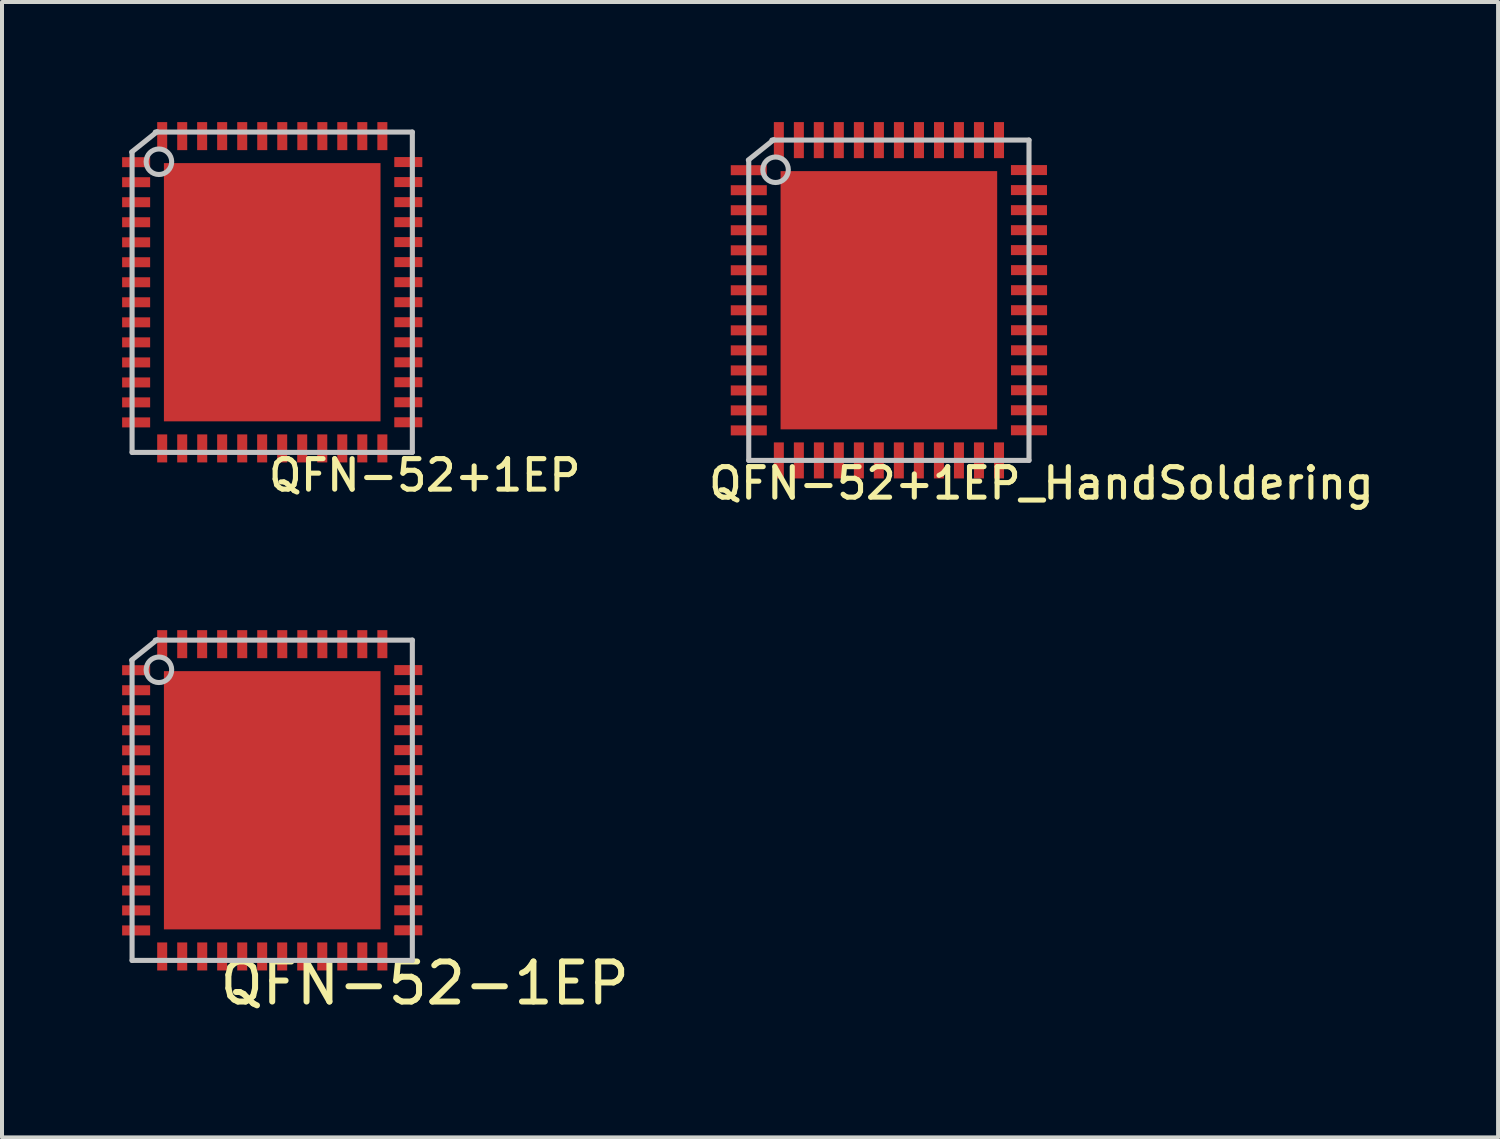
<source format=kicad_pcb>
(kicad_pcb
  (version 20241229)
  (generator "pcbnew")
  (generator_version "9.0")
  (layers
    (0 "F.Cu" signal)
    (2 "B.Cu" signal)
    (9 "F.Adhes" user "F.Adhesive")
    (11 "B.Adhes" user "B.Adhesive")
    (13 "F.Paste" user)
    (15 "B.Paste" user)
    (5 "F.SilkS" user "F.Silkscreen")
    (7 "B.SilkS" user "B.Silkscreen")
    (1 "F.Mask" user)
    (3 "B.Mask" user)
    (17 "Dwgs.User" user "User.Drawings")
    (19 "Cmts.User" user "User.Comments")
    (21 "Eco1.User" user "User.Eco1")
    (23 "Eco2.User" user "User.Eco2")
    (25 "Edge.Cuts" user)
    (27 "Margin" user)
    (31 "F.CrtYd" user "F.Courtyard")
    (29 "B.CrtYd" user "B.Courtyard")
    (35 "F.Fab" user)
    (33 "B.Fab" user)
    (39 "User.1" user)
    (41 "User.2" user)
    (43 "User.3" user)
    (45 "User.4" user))
  (footprint "QFN-52+1EP_HandSoldering"
    (layer "F.Cu")
    (at 19.151 4.449)
    (property "Reference" "QFN-52+1EP_HandSoldering" (at 3.81 4.572 0) (layer "F.SilkS") (effects (font (size 0.762 0.762) (thickness 0.127))))
    (attr smd)
    (fp_line (start -3.5 4) (end -3.5 -3.5) (stroke (width 0.127) (type solid)) (layer "Dwgs.User"))
    (fp_line (start -2.921 -4) (end 3.5 -4) (stroke (width 0.127) (type solid)) (layer "Dwgs.User"))
    (fp_line (start -2.875 -4.01) (end -3.51 -3.502) (stroke (width 0.127) (type solid)) (layer "Dwgs.User"))
    (fp_line (start 3.5 -4) (end 3.5 4) (stroke (width 0.127) (type solid)) (layer "Dwgs.User"))
    (fp_line (start 3.5 4) (end -3.5 4) (stroke (width 0.127) (type solid)) (layer "Dwgs.User"))
    (fp_circle (center -2.83 -3.259) (end -2.932 -3.561) (stroke (width 0.127) (type solid)) (fill no) (layer "Dwgs.User"))
    (pad "1" smd rect (at -3.499 -3.248) (size 0.9 0.25) (layers "F.Cu" "F.Mask" "F.Paste"))
    (pad "2" smd rect (at -3.499 -2.748) (size 0.9 0.25) (layers "F.Cu" "F.Mask" "F.Paste"))
    (pad "3" smd rect (at -3.499 -2.248) (size 0.9 0.25) (layers "F.Cu" "F.Mask" "F.Paste"))
    (pad "4" smd rect (at -3.499 -1.748) (size 0.9 0.25) (layers "F.Cu" "F.Mask" "F.Paste"))
    (pad "5" smd rect (at -3.499 -1.247) (size 0.9 0.25) (layers "F.Cu" "F.Mask" "F.Paste"))
    (pad "6" smd rect (at -3.499 -0.749) (size 0.9 0.25) (layers "F.Cu" "F.Mask" "F.Paste"))
    (pad "7" smd rect (at -3.499 -0.249) (size 0.9 0.25) (layers "F.Cu" "F.Mask" "F.Paste"))
    (pad "8" smd rect (at -3.499 0.251) (size 0.9 0.25) (layers "F.Cu" "F.Mask" "F.Paste"))
    (pad "9" smd rect (at -3.499 0.752) (size 0.9 0.25) (layers "F.Cu" "F.Mask" "F.Paste"))
    (pad "10" smd rect (at -3.499 1.252) (size 0.9 0.25) (layers "F.Cu" "F.Mask" "F.Paste"))
    (pad "11" smd rect (at -3.499 1.753) (size 0.9 0.25) (layers "F.Cu" "F.Mask" "F.Paste"))
    (pad "12" smd rect (at -3.499 2.253) (size 0.9 0.25) (layers "F.Cu" "F.Mask" "F.Paste"))
    (pad "13" smd rect (at -3.499 2.751) (size 0.9 0.25) (layers "F.Cu" "F.Mask" "F.Paste"))
    (pad "14" smd rect (at -3.499 3.251) (size 0.9 0.25) (layers "F.Cu" "F.Mask" "F.Paste"))
    (pad "15" smd rect (at -2.748 4.001 90) (size 0.9 0.25) (layers "F.Cu" "F.Mask" "F.Paste"))
    (pad "16" smd rect (at -2.248 4.001 90) (size 0.9 0.25) (layers "F.Cu" "F.Mask" "F.Paste"))
    (pad "17" smd rect (at -1.748 4.001 90) (size 0.9 0.25) (layers "F.Cu" "F.Mask" "F.Paste"))
    (pad "18" smd rect (at -1.25 4.001 90) (size 0.9 0.25) (layers "F.Cu" "F.Mask" "F.Paste"))
    (pad "19" smd rect (at -0.749 4.001 90) (size 0.9 0.25) (layers "F.Cu" "F.Mask" "F.Paste"))
    (pad "20" smd rect (at -0.251 4.001 90) (size 0.9 0.25) (layers "F.Cu" "F.Mask" "F.Paste"))
    (pad "21" smd rect (at 0.249 4.001 90) (size 0.9 0.25) (layers "F.Cu" "F.Mask" "F.Paste"))
    (pad "22" smd rect (at 0.749 4.001 90) (size 0.9 0.25) (layers "F.Cu" "F.Mask" "F.Paste"))
    (pad "23" smd rect (at 1.25 4.001 90) (size 0.9 0.25) (layers "F.Cu" "F.Mask" "F.Paste"))
    (pad "24" smd rect (at 1.75 4.001 90) (size 0.9 0.25) (layers "F.Cu" "F.Mask" "F.Paste"))
    (pad "25" smd rect (at 2.25 4.001 90) (size 0.9 0.25) (layers "F.Cu" "F.Mask" "F.Paste"))
    (pad "26" smd rect (at 2.751 4.001 90) (size 0.9 0.25) (layers "F.Cu" "F.Mask" "F.Paste"))
    (pad "27" smd rect (at 3.499 3.248) (size 0.9 0.25) (layers "F.Cu" "F.Mask" "F.Paste"))
    (pad "28" smd rect (at 3.499 2.748) (size 0.9 0.25) (layers "F.Cu" "F.Mask" "F.Paste"))
    (pad "29" smd rect (at 3.501 2.248) (size 0.9 0.25) (layers "F.Cu" "F.Mask" "F.Paste"))
    (pad "30" smd rect (at 3.501 1.75) (size 0.9 0.25) (layers "F.Cu" "F.Mask" "F.Paste"))
    (pad "31" smd rect (at 3.501 1.25) (size 0.9 0.25) (layers "F.Cu" "F.Mask" "F.Paste"))
    (pad "32" smd rect (at 3.501 0.749) (size 0.9 0.25) (layers "F.Cu" "F.Mask" "F.Paste"))
    (pad "33" smd rect (at 3.501 0.249) (size 0.9 0.25) (layers "F.Cu" "F.Mask" "F.Paste"))
    (pad "34" smd rect (at 3.501 -0.251) (size 0.9 0.25) (layers "F.Cu" "F.Mask" "F.Paste"))
    (pad "35" smd rect (at 3.501 -0.752) (size 0.9 0.25) (layers "F.Cu" "F.Mask" "F.Paste"))
    (pad "36" smd rect (at 3.499 -1.252) (size 0.9 0.25) (layers "F.Cu" "F.Mask" "F.Paste"))
    (pad "37" smd rect (at 3.499 -1.75) (size 0.9 0.25) (layers "F.Cu" "F.Mask" "F.Paste"))
    (pad "38" smd rect (at 3.499 -2.25) (size 0.9 0.25) (layers "F.Cu" "F.Mask" "F.Paste"))
    (pad "39" smd rect (at 3.499 -2.751) (size 0.9 0.25) (layers "F.Cu" "F.Mask" "F.Paste"))
    (pad "40" smd rect (at 3.499 -3.251) (size 0.9 0.25) (layers "F.Cu" "F.Mask" "F.Paste"))
    (pad "41" smd rect (at 2.751 -3.999 90) (size 0.9 0.25) (layers "F.Cu" "F.Mask" "F.Paste"))
    (pad "42" smd rect (at 2.25 -3.999 90) (size 0.9 0.25) (layers "F.Cu" "F.Mask" "F.Paste"))
    (pad "43" smd rect (at 1.75 -3.999 90) (size 0.9 0.25) (layers "F.Cu" "F.Mask" "F.Paste"))
    (pad "44" smd rect (at 1.252 -3.999 90) (size 0.9 0.25) (layers "F.Cu" "F.Mask" "F.Paste"))
    (pad "45" smd rect (at 0.752 -3.999 90) (size 0.9 0.25) (layers "F.Cu" "F.Mask" "F.Paste"))
    (pad "46" smd rect (at 0.251 -3.999 90) (size 0.9 0.25) (layers "F.Cu" "F.Mask" "F.Paste"))
    (pad "47" smd rect (at -0.249 -3.999 90) (size 0.9 0.25) (layers "F.Cu" "F.Mask" "F.Paste"))
    (pad "48" smd rect (at -0.749 -3.999 90) (size 0.9 0.25) (layers "F.Cu" "F.Mask" "F.Paste"))
    (pad "49" smd rect (at -1.25 -3.999 90) (size 0.9 0.25) (layers "F.Cu" "F.Mask" "F.Paste"))
    (pad "50" smd rect (at -1.75 -3.999 90) (size 0.9 0.25) (layers "F.Cu" "F.Mask" "F.Paste"))
    (pad "51" smd rect (at -2.248 -3.999 90) (size 0.9 0.25) (layers "F.Cu" "F.Mask" "F.Paste"))
    (pad "52" smd rect (at -2.748 -3.999 90) (size 0.9 0.25) (layers "F.Cu" "F.Mask" "F.Paste"))
    (pad "53" smd trapezoid (at 0 0) (size 5.41 6.45) (layers "F.Cu" "F.Mask" "F.Paste")))
  (footprint "QFN-52+1EP"
    (layer "F.Cu")
    (at 3.749 4.249)
    (property "Reference" "QFN-52+1EP" (at 3.81 4.572 0) (layer "F.SilkS") (effects (font (size 0.762 0.762) (thickness 0.127))))
    (attr smd)
    (fp_line (start -3.5 4) (end -3.5 -3.5) (stroke (width 0.127) (type solid)) (layer "Dwgs.User"))
    (fp_line (start -2.921 -4) (end 3.5 -4) (stroke (width 0.127) (type solid)) (layer "Dwgs.User"))
    (fp_line (start -2.875 -4.01) (end -3.51 -3.502) (stroke (width 0.127) (type solid)) (layer "Dwgs.User"))
    (fp_line (start 3.5 -4) (end 3.5 4) (stroke (width 0.127) (type solid)) (layer "Dwgs.User"))
    (fp_line (start 3.5 4) (end -3.5 4) (stroke (width 0.127) (type solid)) (layer "Dwgs.User"))
    (fp_circle (center -2.83 -3.259) (end -2.932 -3.561) (stroke (width 0.127) (type solid)) (fill no) (layer "Dwgs.User"))
    (pad "1" smd rect (at -3.399 -3.248) (size 0.7 0.25) (layers "F.Cu" "F.Mask" "F.Paste"))
    (pad "2" smd rect (at -3.399 -2.748) (size 0.7 0.25) (layers "F.Cu" "F.Mask" "F.Paste"))
    (pad "3" smd rect (at -3.399 -2.248) (size 0.7 0.25) (layers "F.Cu" "F.Mask" "F.Paste"))
    (pad "4" smd rect (at -3.399 -1.748) (size 0.7 0.25) (layers "F.Cu" "F.Mask" "F.Paste"))
    (pad "5" smd rect (at -3.399 -1.247) (size 0.7 0.25) (layers "F.Cu" "F.Mask" "F.Paste"))
    (pad "6" smd rect (at -3.399 -0.749) (size 0.7 0.25) (layers "F.Cu" "F.Mask" "F.Paste"))
    (pad "7" smd rect (at -3.399 -0.249) (size 0.7 0.25) (layers "F.Cu" "F.Mask" "F.Paste"))
    (pad "8" smd rect (at -3.399 0.251) (size 0.7 0.25) (layers "F.Cu" "F.Mask" "F.Paste"))
    (pad "9" smd rect (at -3.399 0.752) (size 0.7 0.25) (layers "F.Cu" "F.Mask" "F.Paste"))
    (pad "10" smd rect (at -3.399 1.252) (size 0.7 0.25) (layers "F.Cu" "F.Mask" "F.Paste"))
    (pad "11" smd rect (at -3.399 1.753) (size 0.7 0.25) (layers "F.Cu" "F.Mask" "F.Paste"))
    (pad "12" smd rect (at -3.399 2.253) (size 0.7 0.25) (layers "F.Cu" "F.Mask" "F.Paste"))
    (pad "13" smd rect (at -3.399 2.751) (size 0.7 0.25) (layers "F.Cu" "F.Mask" "F.Paste"))
    (pad "14" smd rect (at -3.399 3.251) (size 0.7 0.25) (layers "F.Cu" "F.Mask" "F.Paste"))
    (pad "14" smd rect (at -2.748 3.901 90) (size 0.7 0.25) (layers "F.Cu" "F.Mask" "F.Paste"))
    (pad "15" smd rect (at -2.248 3.901 90) (size 0.7 0.25) (layers "F.Cu" "F.Mask" "F.Paste"))
    (pad "16" smd rect (at -1.748 3.901 90) (size 0.7 0.25) (layers "F.Cu" "F.Mask" "F.Paste"))
    (pad "18" smd rect (at -1.25 3.901 90) (size 0.7 0.25) (layers "F.Cu" "F.Mask" "F.Paste"))
    (pad "19" smd rect (at -0.749 3.901 90) (size 0.7 0.25) (layers "F.Cu" "F.Mask" "F.Paste"))
    (pad "20" smd rect (at -0.251 3.901 90) (size 0.7 0.25) (layers "F.Cu" "F.Mask" "F.Paste"))
    (pad "21" smd rect (at 0.249 3.901 90) (size 0.7 0.25) (layers "F.Cu" "F.Mask" "F.Paste"))
    (pad "22" smd rect (at 0.749 3.901 90) (size 0.7 0.25) (layers "F.Cu" "F.Mask" "F.Paste"))
    (pad "23" smd rect (at 1.25 3.901 90) (size 0.7 0.25) (layers "F.Cu" "F.Mask" "F.Paste"))
    (pad "24" smd rect (at 1.75 3.901 90) (size 0.7 0.25) (layers "F.Cu" "F.Mask" "F.Paste"))
    (pad "25" smd rect (at 2.25 3.901 90) (size 0.7 0.25) (layers "F.Cu" "F.Mask" "F.Paste"))
    (pad "26" smd rect (at 2.751 3.901 90) (size 0.7 0.25) (layers "F.Cu" "F.Mask" "F.Paste"))
    (pad "27" smd rect (at 3.399 3.248) (size 0.7 0.25) (layers "F.Cu" "F.Mask" "F.Paste"))
    (pad "28" smd rect (at 3.399 2.748) (size 0.7 0.25) (layers "F.Cu" "F.Mask" "F.Paste"))
    (pad "29" smd rect (at 3.401 2.248) (size 0.7 0.25) (layers "F.Cu" "F.Mask" "F.Paste"))
    (pad "30" smd rect (at 3.401 1.75) (size 0.7 0.25) (layers "F.Cu" "F.Mask" "F.Paste"))
    (pad "31" smd rect (at 3.401 1.25) (size 0.7 0.25) (layers "F.Cu" "F.Mask" "F.Paste"))
    (pad "32" smd rect (at 3.401 0.749) (size 0.7 0.25) (layers "F.Cu" "F.Mask" "F.Paste"))
    (pad "33" smd rect (at 3.401 0.249) (size 0.7 0.25) (layers "F.Cu" "F.Mask" "F.Paste"))
    (pad "34" smd rect (at 3.401 -0.251) (size 0.7 0.25) (layers "F.Cu" "F.Mask" "F.Paste"))
    (pad "35" smd rect (at 3.401 -0.752) (size 0.7 0.25) (layers "F.Cu" "F.Mask" "F.Paste"))
    (pad "36" smd rect (at 3.399 -1.252) (size 0.7 0.25) (layers "F.Cu" "F.Mask" "F.Paste"))
    (pad "37" smd rect (at 3.399 -1.75) (size 0.7 0.25) (layers "F.Cu" "F.Mask" "F.Paste"))
    (pad "38" smd rect (at 3.399 -2.25) (size 0.7 0.25) (layers "F.Cu" "F.Mask" "F.Paste"))
    (pad "39" smd rect (at 3.399 -2.751) (size 0.7 0.25) (layers "F.Cu" "F.Mask" "F.Paste"))
    (pad "40" smd rect (at 3.399 -3.251) (size 0.7 0.25) (layers "F.Cu" "F.Mask" "F.Paste"))
    (pad "41" smd rect (at 2.751 -3.899 90) (size 0.7 0.25) (layers "F.Cu" "F.Mask" "F.Paste"))
    (pad "42" smd rect (at 2.25 -3.899 90) (size 0.7 0.25) (layers "F.Cu" "F.Mask" "F.Paste"))
    (pad "43" smd rect (at 1.75 -3.899 90) (size 0.7 0.25) (layers "F.Cu" "F.Mask" "F.Paste"))
    (pad "44" smd rect (at 1.252 -3.899 90) (size 0.7 0.25) (layers "F.Cu" "F.Mask" "F.Paste"))
    (pad "45" smd rect (at 0.752 -3.899 90) (size 0.7 0.25) (layers "F.Cu" "F.Mask" "F.Paste"))
    (pad "46" smd rect (at 0.251 -3.899 90) (size 0.7 0.25) (layers "F.Cu" "F.Mask" "F.Paste"))
    (pad "47" smd rect (at -0.249 -3.899 90) (size 0.7 0.25) (layers "F.Cu" "F.Mask" "F.Paste"))
    (pad "48" smd rect (at -0.749 -3.899 90) (size 0.7 0.25) (layers "F.Cu" "F.Mask" "F.Paste"))
    (pad "49" smd rect (at -1.25 -3.899 90) (size 0.7 0.25) (layers "F.Cu" "F.Mask" "F.Paste"))
    (pad "50" smd rect (at -1.75 -3.899 90) (size 0.7 0.25) (layers "F.Cu" "F.Mask" "F.Paste"))
    (pad "51" smd rect (at -2.248 -3.899 90) (size 0.7 0.25) (layers "F.Cu" "F.Mask" "F.Paste"))
    (pad "52" smd rect (at -2.748 -3.899 90) (size 0.7 0.25) (layers "F.Cu" "F.Mask" "F.Paste"))
    (pad "53" smd trapezoid (at 0 0) (size 5.41 6.45) (layers "F.Cu" "F.Mask" "F.Paste")))
  (footprint "QFN-52-1EP"
    (layer "F.Cu")
    (at 3.749 16.938)
    (property "Reference" "QFN-52-1EP" (at 3.81 4.572 0) (layer "F.SilkS") (effects (font (size 1 1) (thickness 0.15))))
    (attr smd)
    (fp_line (start -3.5 4) (end -3.5 -3.5) (stroke (width 0.127) (type solid)) (layer "Dwgs.User"))
    (fp_line (start -2.921 -4) (end 3.5 -4) (stroke (width 0.127) (type solid)) (layer "Dwgs.User"))
    (fp_line (start -2.875 -4.01) (end -3.51 -3.502) (stroke (width 0.127) (type solid)) (layer "Dwgs.User"))
    (fp_line (start 3.5 -4) (end 3.5 4) (stroke (width 0.127) (type solid)) (layer "Dwgs.User"))
    (fp_line (start 3.5 4) (end -3.5 4) (stroke (width 0.127) (type solid)) (layer "Dwgs.User"))
    (fp_circle (center -2.83 -3.259) (end -2.932 -3.561) (stroke (width 0.127) (type solid)) (fill no) (layer "Dwgs.User"))
    (pad "1" smd rect (at -3.399 -3.248) (size 0.7 0.25) (layers "F.Cu" "F.Mask" "F.Paste"))
    (pad "2" smd rect (at -3.399 -2.748) (size 0.7 0.25) (layers "F.Cu" "F.Mask" "F.Paste"))
    (pad "3" smd rect (at -3.399 -2.248) (size 0.7 0.25) (layers "F.Cu" "F.Mask" "F.Paste"))
    (pad "4" smd rect (at -3.399 -1.748) (size 0.7 0.25) (layers "F.Cu" "F.Mask" "F.Paste"))
    (pad "5" smd rect (at -3.399 -1.247) (size 0.7 0.25) (layers "F.Cu" "F.Mask" "F.Paste"))
    (pad "6" smd rect (at -3.399 -0.749) (size 0.7 0.25) (layers "F.Cu" "F.Mask" "F.Paste"))
    (pad "7" smd rect (at -3.399 -0.249) (size 0.7 0.25) (layers "F.Cu" "F.Mask" "F.Paste"))
    (pad "8" smd rect (at -3.399 0.251) (size 0.7 0.25) (layers "F.Cu" "F.Mask" "F.Paste"))
    (pad "9" smd rect (at -3.399 0.752) (size 0.7 0.25) (layers "F.Cu" "F.Mask" "F.Paste"))
    (pad "10" smd rect (at -3.399 1.252) (size 0.7 0.25) (layers "F.Cu" "F.Mask" "F.Paste"))
    (pad "11" smd rect (at -3.399 1.753) (size 0.7 0.25) (layers "F.Cu" "F.Mask" "F.Paste"))
    (pad "12" smd rect (at -3.399 2.253) (size 0.7 0.25) (layers "F.Cu" "F.Mask" "F.Paste"))
    (pad "13" smd rect (at -3.399 2.751) (size 0.7 0.25) (layers "F.Cu" "F.Mask" "F.Paste"))
    (pad "14" smd rect (at -3.399 3.251) (size 0.7 0.25) (layers "F.Cu" "F.Mask" "F.Paste"))
    (pad "14" smd rect (at -2.748 3.901 90) (size 0.7 0.25) (layers "F.Cu" "F.Mask" "F.Paste"))
    (pad "15" smd rect (at -2.248 3.901 90) (size 0.7 0.25) (layers "F.Cu" "F.Mask" "F.Paste"))
    (pad "16" smd rect (at -1.748 3.901 90) (size 0.7 0.25) (layers "F.Cu" "F.Mask" "F.Paste"))
    (pad "18" smd rect (at -1.25 3.901 90) (size 0.7 0.25) (layers "F.Cu" "F.Mask" "F.Paste"))
    (pad "19" smd rect (at -0.749 3.901 90) (size 0.7 0.25) (layers "F.Cu" "F.Mask" "F.Paste"))
    (pad "20" smd rect (at -0.251 3.901 90) (size 0.7 0.25) (layers "F.Cu" "F.Mask" "F.Paste"))
    (pad "21" smd rect (at 0.249 3.901 90) (size 0.7 0.25) (layers "F.Cu" "F.Mask" "F.Paste"))
    (pad "22" smd rect (at 0.749 3.901 90) (size 0.7 0.25) (layers "F.Cu" "F.Mask" "F.Paste"))
    (pad "23" smd rect (at 1.25 3.901 90) (size 0.7 0.25) (layers "F.Cu" "F.Mask" "F.Paste"))
    (pad "24" smd rect (at 1.75 3.901 90) (size 0.7 0.25) (layers "F.Cu" "F.Mask" "F.Paste"))
    (pad "25" smd rect (at 2.25 3.901 90) (size 0.7 0.25) (layers "F.Cu" "F.Mask" "F.Paste"))
    (pad "26" smd rect (at 2.751 3.901 90) (size 0.7 0.25) (layers "F.Cu" "F.Mask" "F.Paste"))
    (pad "27" smd rect (at 3.399 3.248) (size 0.7 0.25) (layers "F.Cu" "F.Mask" "F.Paste"))
    (pad "28" smd rect (at 3.399 2.748) (size 0.7 0.25) (layers "F.Cu" "F.Mask" "F.Paste"))
    (pad "29" smd rect (at 3.401 2.248) (size 0.7 0.25) (layers "F.Cu" "F.Mask" "F.Paste"))
    (pad "30" smd rect (at 3.401 1.75) (size 0.7 0.25) (layers "F.Cu" "F.Mask" "F.Paste"))
    (pad "31" smd rect (at 3.401 1.25) (size 0.7 0.25) (layers "F.Cu" "F.Mask" "F.Paste"))
    (pad "32" smd rect (at 3.401 0.749) (size 0.7 0.25) (layers "F.Cu" "F.Mask" "F.Paste"))
    (pad "33" smd rect (at 3.401 0.249) (size 0.7 0.25) (layers "F.Cu" "F.Mask" "F.Paste"))
    (pad "34" smd rect (at 3.401 -0.251) (size 0.7 0.25) (layers "F.Cu" "F.Mask" "F.Paste"))
    (pad "35" smd rect (at 3.401 -0.752) (size 0.7 0.25) (layers "F.Cu" "F.Mask" "F.Paste"))
    (pad "36" smd rect (at 3.399 -1.252) (size 0.7 0.25) (layers "F.Cu" "F.Mask" "F.Paste"))
    (pad "37" smd rect (at 3.399 -1.75) (size 0.7 0.25) (layers "F.Cu" "F.Mask" "F.Paste"))
    (pad "38" smd rect (at 3.399 -2.25) (size 0.7 0.25) (layers "F.Cu" "F.Mask" "F.Paste"))
    (pad "39" smd rect (at 3.399 -2.751) (size 0.7 0.25) (layers "F.Cu" "F.Mask" "F.Paste"))
    (pad "40" smd rect (at 3.399 -3.251) (size 0.7 0.25) (layers "F.Cu" "F.Mask" "F.Paste"))
    (pad "41" smd rect (at 2.751 -3.899 90) (size 0.7 0.25) (layers "F.Cu" "F.Mask" "F.Paste"))
    (pad "42" smd rect (at 2.25 -3.899 90) (size 0.7 0.25) (layers "F.Cu" "F.Mask" "F.Paste"))
    (pad "43" smd rect (at 1.75 -3.899 90) (size 0.7 0.25) (layers "F.Cu" "F.Mask" "F.Paste"))
    (pad "44" smd rect (at 1.252 -3.899 90) (size 0.7 0.25) (layers "F.Cu" "F.Mask" "F.Paste"))
    (pad "45" smd rect (at 0.752 -3.899 90) (size 0.7 0.25) (layers "F.Cu" "F.Mask" "F.Paste"))
    (pad "46" smd rect (at 0.251 -3.899 90) (size 0.7 0.25) (layers "F.Cu" "F.Mask" "F.Paste"))
    (pad "47" smd rect (at -0.249 -3.899 90) (size 0.7 0.25) (layers "F.Cu" "F.Mask" "F.Paste"))
    (pad "48" smd rect (at -0.749 -3.899 90) (size 0.7 0.25) (layers "F.Cu" "F.Mask" "F.Paste"))
    (pad "49" smd rect (at -1.25 -3.899 90) (size 0.7 0.25) (layers "F.Cu" "F.Mask" "F.Paste"))
    (pad "50" smd rect (at -1.75 -3.899 90) (size 0.7 0.25) (layers "F.Cu" "F.Mask" "F.Paste"))
    (pad "51" smd rect (at -2.248 -3.899 90) (size 0.7 0.25) (layers "F.Cu" "F.Mask" "F.Paste"))
    (pad "52" smd rect (at -2.748 -3.899 90) (size 0.7 0.25) (layers "F.Cu" "F.Mask" "F.Paste"))
    (pad "53" smd trapezoid (at 0 0) (size 5.41 6.45) (layers "F.Cu" "F.Mask" "F.Paste")))
  (gr_rect
    (start -3 -3)
    (end 34.367 25.358)
    (stroke (width 0.1) (type default))
    (fill no)
    (layer "Edge.Cuts")))
</source>
